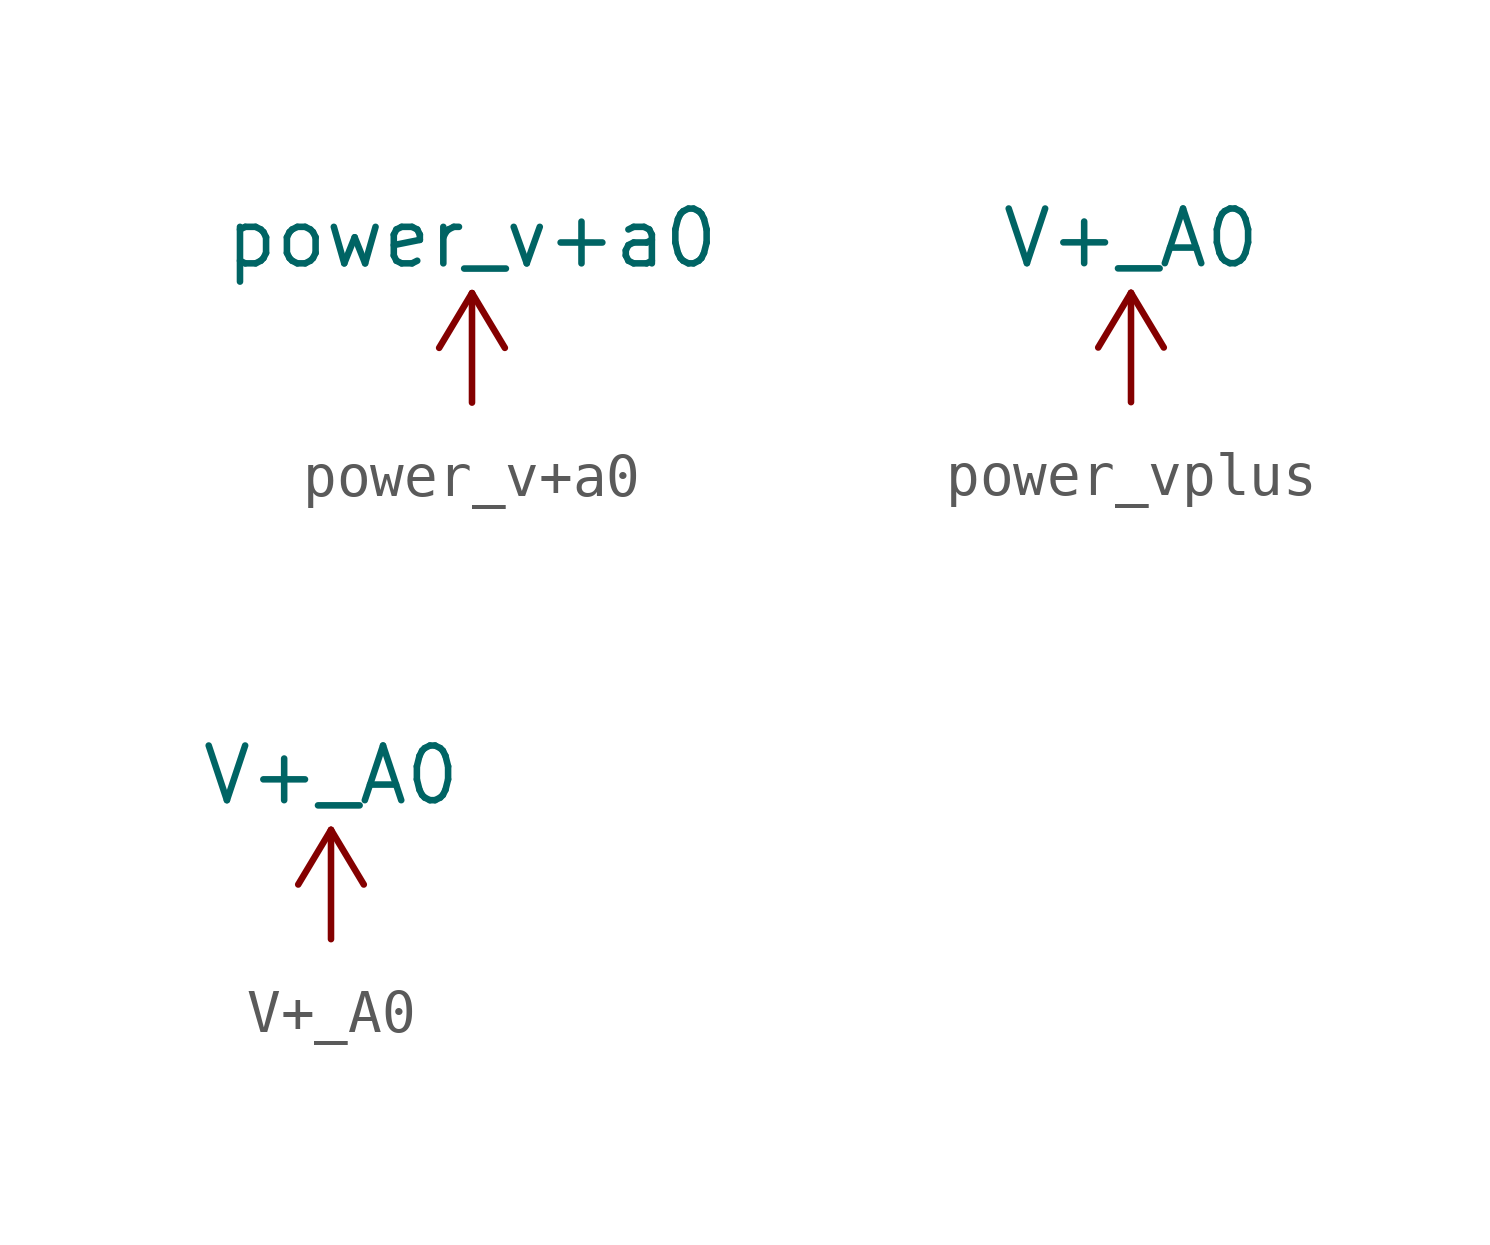
<source format=kicad_sym>
(kicad_symbol_lib
  (version 20220914)
  (generator kicad_symbol_editor)
  (symbol "power_v+a0"
    (power)
    (pin_names
      (offset 0))
    (property "Reference" "#PWR"
      (at 0 -3.81 0)
      (effects (font (size 1.27 1.27)) hide))
    (property "Value" "power_v+a0"
      (at 0 3.81 0)
      (effects (font (size 1.27 1.27))))
    (symbol "power_v+a0_0_1"
      (polyline (pts (xy -0.762 1.27) (xy 0 2.54)) (stroke (width 0) (type default)) (fill (type none)))
      (polyline (pts (xy 0 0) (xy 0 2.54)) (stroke (width 0) (type default)) (fill (type none)))
      (polyline (pts (xy 0 2.54) (xy 0.762 1.27)) (stroke (width 0) (type default)) (fill (type none))))
    (symbol "power_v+a0_1_1"
      (pin power_in line (at 0 0 90) (length 0) hide (name "V+_A0" (effects (font (size 1.27 1.27)))) (number "1" (effects (font (size 1.27 1.27)))))))
  (symbol "power_vplus"
    (power)
    (pin_names
      (offset 0))
    (property "Reference" "#PWR"
      (at 0 -3.81 0)
      (effects (font (size 1.27 1.27)) hide))
    (property "Value" "V+_A0"
      (at 0 3.81 0)
      (effects (font (size 1.27 1.27))))
    (symbol "power_vplus_0_1"
      (polyline (pts (xy -0.762 1.27) (xy 0 2.54)) (stroke (width 0) (type default)) (fill (type none)))
      (polyline (pts (xy 0 0) (xy 0 2.54)) (stroke (width 0) (type default)) (fill (type none)))
      (polyline (pts (xy 0 2.54) (xy 0.762 1.27)) (stroke (width 0) (type default)) (fill (type none))))
    (symbol "power_vplus_1_1"
      (pin power_in line (at 0 0 90) (length 0) hide (name "V+_A0" (effects (font (size 1.27 1.27)))) (number "1" (effects (font (size 1.27 1.27)))))))
  (symbol "V+_A0"
    (power)
    (pin_names
      (offset 0))
    (property "Reference" "#PWR"
      (at 0 -3.81 0)
      (effects (font (size 1.27 1.27)) hide))
    (property "Value" "V+_A0"
      (at 0 3.81 0)
      (effects (font (size 1.27 1.27))))
    (symbol "V+_A0_0_1"
      (polyline (pts (xy -0.762 1.27) (xy 0 2.54)) (stroke (width 0) (type default)) (fill (type none)))
      (polyline (pts (xy 0 0) (xy 0 2.54)) (stroke (width 0) (type default)) (fill (type none)))
      (polyline (pts (xy 0 2.54) (xy 0.762 1.27)) (stroke (width 0) (type default)) (fill (type none))))
    (symbol "V+_A0_1_1"
      (pin power_in line (at 0 0 90) (length 0) hide (name "V+_A0" (effects (font (size 1.27 1.27)))) (number "1" (effects (font (size 1.27 1.27))))))))
</source>
